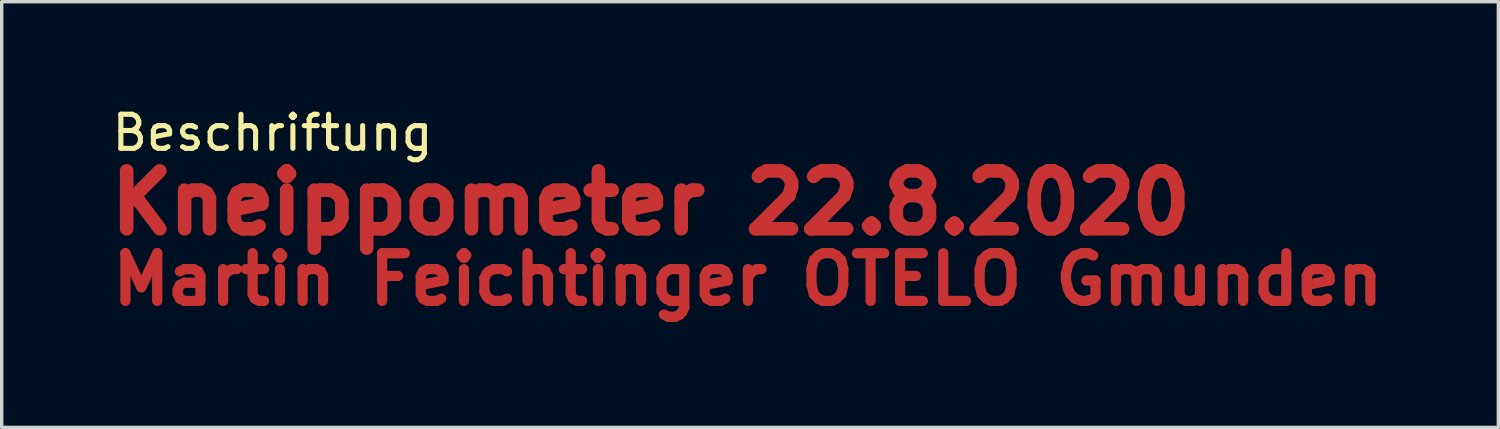
<source format=kicad_pcb>
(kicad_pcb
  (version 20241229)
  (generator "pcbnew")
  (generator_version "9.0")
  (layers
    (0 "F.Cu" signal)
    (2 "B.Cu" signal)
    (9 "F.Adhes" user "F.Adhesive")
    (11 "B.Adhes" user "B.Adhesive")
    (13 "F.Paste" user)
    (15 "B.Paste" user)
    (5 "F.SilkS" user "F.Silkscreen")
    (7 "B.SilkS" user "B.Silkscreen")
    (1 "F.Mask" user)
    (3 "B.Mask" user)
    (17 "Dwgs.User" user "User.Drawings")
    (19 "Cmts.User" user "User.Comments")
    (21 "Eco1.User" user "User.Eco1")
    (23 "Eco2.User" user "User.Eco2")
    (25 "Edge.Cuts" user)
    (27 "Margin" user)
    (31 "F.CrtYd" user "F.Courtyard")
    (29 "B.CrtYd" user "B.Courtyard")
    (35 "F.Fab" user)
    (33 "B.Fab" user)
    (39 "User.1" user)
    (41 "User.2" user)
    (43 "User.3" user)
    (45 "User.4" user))
  (footprint "Beschriftung"
    (layer "F.Cu")
    (at 4.95 0.348)
    (property "Reference" "Beschriftung" (at 0 0.5 0) (layer "F.SilkS") (effects (font (size 1 1) (thickness 0.15))))
    (attr through_hole)
    (fp_text user "Kneippometer 22.8.2020" (at -4.95 2.55 0) (layer "F.Cu") (effects (font (size 1.7 1.7) (thickness 0.4)) (justify left)))
    (fp_text user "Martin Feichtinger OTELO Gmunden" (at -4.85 4.8 0) (layer "F.Cu") (effects (font (size 1.4 1.4) (thickness 0.3)) (justify left))))
  (gr_rect
    (start -3 -3)
    (end 40.92 9.494)
    (stroke (width 0.1) (type default))
    (fill no)
    (layer "Edge.Cuts")))
</source>
